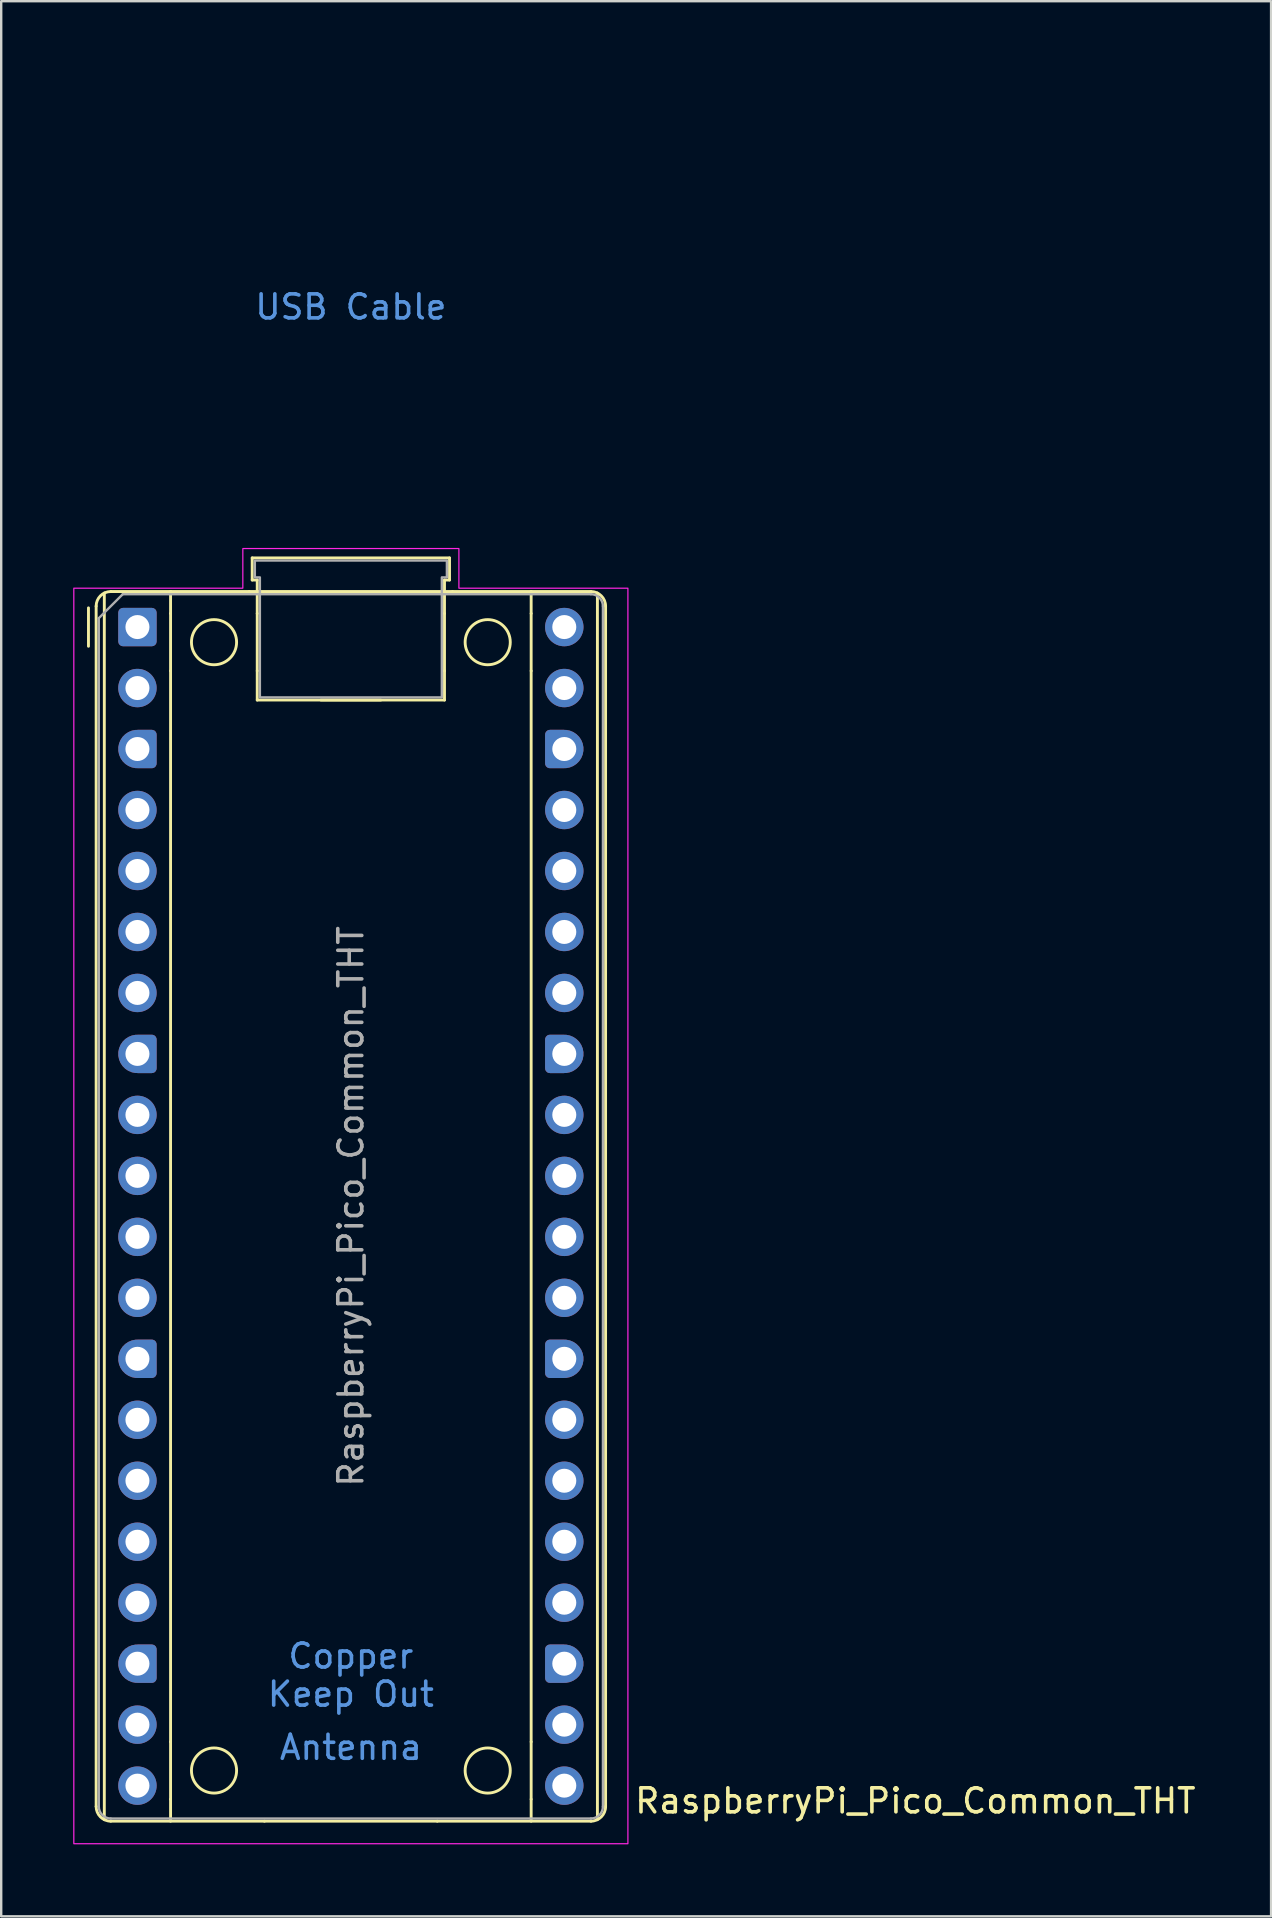
<source format=kicad_pcb>
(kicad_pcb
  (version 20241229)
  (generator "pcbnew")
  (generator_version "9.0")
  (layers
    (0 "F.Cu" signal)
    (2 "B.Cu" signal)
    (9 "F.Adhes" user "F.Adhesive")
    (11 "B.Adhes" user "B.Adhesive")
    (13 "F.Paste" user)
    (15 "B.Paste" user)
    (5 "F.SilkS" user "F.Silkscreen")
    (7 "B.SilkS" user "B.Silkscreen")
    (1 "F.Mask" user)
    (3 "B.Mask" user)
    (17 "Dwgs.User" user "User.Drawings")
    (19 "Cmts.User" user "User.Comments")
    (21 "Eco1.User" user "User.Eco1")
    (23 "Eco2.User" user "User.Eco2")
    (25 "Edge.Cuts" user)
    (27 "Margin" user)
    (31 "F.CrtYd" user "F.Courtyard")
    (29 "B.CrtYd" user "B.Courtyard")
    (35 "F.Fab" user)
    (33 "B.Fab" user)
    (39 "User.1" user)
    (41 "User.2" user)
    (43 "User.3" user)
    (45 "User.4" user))
  (footprint "RaspberryPi_Pico_Common_THT"
    (layer "F.Cu")
    (at 11.565 47.2)
    (property "Reference" "RaspberryPi_Pico_Common_THT" (at 11.748 24.765 0) (unlocked yes) (layer "F.SilkS") (effects (font (size 1 1) (thickness 0.15)) (justify left)))
    (attr through_hole)
    (fp_line (start -10.93 -23.33) (end -10.93 -24.93) (stroke (width 0.12) (type solid)) (layer "F.SilkS"))
    (fp_line (start -10.61 -25) (end -10.61 25) (stroke (width 0.12) (type solid)) (layer "F.SilkS"))
    (fp_line (start -10.27 -25.547) (end -10.27 25.547) (stroke (width 0.12) (type solid)) (layer "F.SilkS"))
    (fp_line (start -10 -25.61) (end -7.51 -25.61) (stroke (width 0.12) (type solid)) (layer "F.SilkS"))
    (fp_line (start -10 25.61) (end -3.6 25.61) (stroke (width 0.12) (type solid)) (layer "F.SilkS"))
    (fp_line (start -7.51 -25.61) (end -7.51 -24.696) (stroke (width 0.12) (type solid)) (layer "F.SilkS"))
    (fp_line (start -7.51 -25.61) (end -4.235 -25.61) (stroke (width 0.12) (type solid)) (layer "F.SilkS"))
    (fp_line (start -7.51 -24.696) (end -7.51 -22.304) (stroke (width 0.12) (type solid)) (layer "F.SilkS"))
    (fp_line (start -7.51 -22.304) (end -7.51 22.304) (stroke (width 0.12) (type solid)) (layer "F.SilkS"))
    (fp_line (start -7.51 22.304) (end -7.51 24.696) (stroke (width 0.12) (type solid)) (layer "F.SilkS"))
    (fp_line (start -7.51 24.696) (end -7.51 25.61) (stroke (width 0.12) (type solid)) (layer "F.SilkS"))
    (fp_line (start -4.235 -25.61) (end 4.235 -25.61) (stroke (width 0.12) (type solid)) (layer "F.SilkS"))
    (fp_line (start -4.11 -27.01) (end -4.11 -26.09) (stroke (width 0.12) (type solid)) (layer "F.SilkS"))
    (fp_line (start -4.11 -27.01) (end 4.11 -27.01) (stroke (width 0.12) (type solid)) (layer "F.SilkS"))
    (fp_line (start -4.11 -26.09) (end -3.9 -26.09) (stroke (width 0.12) (type solid)) (layer "F.SilkS"))
    (fp_line (start -3.9 -26.09) (end -3.9 -24.694) (stroke (width 0.12) (type solid)) (layer "F.SilkS"))
    (fp_line (start -3.9 -24.694) (end -3.9 -22.306) (stroke (width 0.12) (type default)) (layer "F.SilkS"))
    (fp_line (start -3.9 -22.306) (end -3.9 -21.09) (stroke (width 0.12) (type solid)) (layer "F.SilkS"))
    (fp_line (start -1.246 -21.09) (end 1.246 -21.09) (stroke (width 0.12) (type solid)) (layer "F.SilkS"))
    (fp_line (start 3.6 25.61) (end -3.6 25.61) (stroke (width 0.12) (type solid)) (layer "F.SilkS"))
    (fp_line (start 3.6 25.61) (end 10 25.61) (stroke (width 0.12) (type solid)) (layer "F.SilkS"))
    (fp_line (start 3.9 -26.09) (end 3.9 -24.694) (stroke (width 0.12) (type solid)) (layer "F.SilkS"))
    (fp_line (start 3.9 -24.694) (end 3.9 -22.306) (stroke (width 0.12) (type default)) (layer "F.SilkS"))
    (fp_line (start 3.9 -22.306) (end 3.9 -21.09) (stroke (width 0.12) (type solid)) (layer "F.SilkS"))
    (fp_line (start 3.9 -21.09) (end -3.9 -21.09) (stroke (width 0.12) (type solid)) (layer "F.SilkS"))
    (fp_line (start 4.11 -27.01) (end 4.11 -26.09) (stroke (width 0.12) (type solid)) (layer "F.SilkS"))
    (fp_line (start 4.11 -26.09) (end 3.9 -26.09) (stroke (width 0.12) (type solid)) (layer "F.SilkS"))
    (fp_line (start 4.235 -25.61) (end 7.51 -25.61) (stroke (width 0.12) (type solid)) (layer "F.SilkS"))
    (fp_line (start 7.51 -25.61) (end 7.51 -24.696) (stroke (width 0.12) (type solid)) (layer "F.SilkS"))
    (fp_line (start 7.51 -24.696) (end 7.51 -22.304) (stroke (width 0.12) (type solid)) (layer "F.SilkS"))
    (fp_line (start 7.51 -22.304) (end 7.51 22.304) (stroke (width 0.12) (type solid)) (layer "F.SilkS"))
    (fp_line (start 7.51 22.304) (end 7.51 24.696) (stroke (width 0.12) (type solid)) (layer "F.SilkS"))
    (fp_line (start 7.51 24.696) (end 7.51 25.61) (stroke (width 0.12) (type solid)) (layer "F.SilkS"))
    (fp_line (start 10 -25.61) (end 7.51 -25.61) (stroke (width 0.12) (type solid)) (layer "F.SilkS"))
    (fp_line (start 10.27 25.547) (end 10.27 -25.547) (stroke (width 0.12) (type solid)) (layer "F.SilkS"))
    (fp_line (start 10.61 -25) (end 10.61 25) (stroke (width 0.12) (type solid)) (layer "F.SilkS"))
    (fp_arc (start -10.61 -25) (mid -10.431335 -25.431335) (end -10 -25.61) (stroke (width 0.12) (type solid)) (layer "F.SilkS"))
    (fp_arc (start -10 25.61) (mid -10.431335 25.431335) (end -10.61 25) (stroke (width 0.12) (type solid)) (layer "F.SilkS"))
    (fp_arc (start 10 -25.61) (mid 10.431335 -25.431335) (end 10.61 -25) (stroke (width 0.12) (type solid)) (layer "F.SilkS"))
    (fp_arc (start 10.61 25) (mid 10.431335 25.431335) (end 10 25.61) (stroke (width 0.12) (type solid)) (layer "F.SilkS"))
    (fp_circle (center -5.7 -23.5) (end -4.76 -23.5) (stroke (width 0.12) (type solid)) (fill no) (layer "F.SilkS"))
    (fp_circle (center -5.7 23.5) (end -4.76 23.5) (stroke (width 0.12) (type solid)) (fill no) (layer "F.SilkS"))
    (fp_circle (center 5.7 -23.5) (end 6.64 -23.5) (stroke (width 0.12) (type solid)) (fill no) (layer "F.SilkS"))
    (fp_circle (center 5.7 23.5) (end 6.64 23.5) (stroke (width 0.12) (type solid)) (fill no) (layer "F.SilkS"))
    (fp_poly (pts (xy -4.5 -27.4) (xy 4.5 -27.4) (xy 4.5 -25.75) (xy 11.54 -25.75) (xy 11.54 26.55) (xy -11.54 26.55) (xy -11.54 -25.75) (xy -4.5 -25.75)) (stroke (width 0.05) (type solid)) (fill no) (layer "F.CrtYd"))
    (fp_line (start -10.5 -24.5) (end -9.5 -25.5) (stroke (width 0.1) (type solid)) (layer "F.Fab"))
    (fp_line (start -10.5 25) (end -10.5 -24.5) (stroke (width 0.1) (type solid)) (layer "F.Fab"))
    (fp_line (start -9.5 -25.5) (end 10 -25.5) (stroke (width 0.1) (type solid)) (layer "F.Fab"))
    (fp_line (start 10 25.5) (end -10 25.5) (stroke (width 0.1) (type solid)) (layer "F.Fab"))
    (fp_line (start 10.5 -25) (end 10.5 25) (stroke (width 0.1) (type solid)) (layer "F.Fab"))
    (fp_arc (start -10 25.5) (mid -10.353553 25.353553) (end -10.5 25) (stroke (width 0.1) (type solid)) (layer "F.Fab"))
    (fp_arc (start 10 -25.5) (mid 10.353553 -25.353553) (end 10.5 -25) (stroke (width 0.1) (type solid)) (layer "F.Fab"))
    (fp_arc (start 10.5 25) (mid 10.353553 25.353553) (end 10 25.5) (stroke (width 0.1) (type solid)) (layer "F.Fab"))
    (fp_poly (pts (xy 3.79 -21.2) (xy 3.79 -26.2) (xy 4 -26.2) (xy 4 -26.9) (xy -4 -26.9) (xy -4 -26.2) (xy -3.79 -26.2) (xy -3.79 -21.2)) (stroke (width 0.1) (type solid)) (fill no) (layer "F.Fab"))
    (fp_text user "Antenna" (at 0 22.535 0) (unlocked yes) (layer "Cmts.User") (effects (font (size 1 1) (thickness 0.15))))
    (fp_text user "USB Cable" (at 0 -37.465 0) (unlocked yes) (layer "Cmts.User") (effects (font (size 1 1) (thickness 0.15))))
    (fp_text user "Copper" (at 0 18.733 0) (unlocked yes) (layer "Cmts.User") (effects (font (size 1 1) (thickness 0.15))))
    (fp_text user "Keep Out" (at 0 20.32 0) (unlocked yes) (layer "Cmts.User") (effects (font (size 1 1) (thickness 0.15))))
    (fp_text user "${REFERENCE}" (at 0 0 90) (layer "F.Fab") (effects (font (size 1 1) (thickness 0.15))))
    (pad "1" thru_hole roundrect (at -8.89 -24.13) (size 1.6 1.6) (drill 1) (layers "*.Cu" "*.Mask") (roundrect_rratio 0.125))
    (pad "2" thru_hole circle (at -8.89 -21.59) (size 1.6 1.6) (drill 1) (layers "*.Cu" "*.Mask"))
    (pad "3" thru_hole custom (at -8.89 -19.05) (size 1.6 1.6) (drill 1) (layers "*.Cu" "*.Mask") (options (anchor circle)) (primitives (gr_poly (pts (xy 0.8 0.6) (xy 0.8 -0.6) (xy 0.6 -0.8) (xy 0 -0.8) (xy 0 0.8) (xy 0.6 0.8)) (width 0) (fill yes)) (gr_circle (center 0.6 0.6) (end 0.8 0.6) (width 0) (fill yes)) (gr_circle (center 0.6 -0.6) (end 0.8 -0.6) (width 0) (fill yes))))
    (pad "4" thru_hole circle (at -8.89 -16.51) (size 1.6 1.6) (drill 1) (layers "*.Cu" "*.Mask"))
    (pad "5" thru_hole circle (at -8.89 -13.97) (size 1.6 1.6) (drill 1) (layers "*.Cu" "*.Mask"))
    (pad "6" thru_hole circle (at -8.89 -11.43) (size 1.6 1.6) (drill 1) (layers "*.Cu" "*.Mask"))
    (pad "7" thru_hole circle (at -8.89 -8.89) (size 1.6 1.6) (drill 1) (layers "*.Cu" "*.Mask"))
    (pad "8" thru_hole custom (at -8.89 -6.35) (size 1.6 1.6) (drill 1) (layers "*.Cu" "*.Mask") (options (anchor circle)) (primitives (gr_poly (pts (xy 0.8 0.6) (xy 0.8 -0.6) (xy 0.6 -0.8) (xy 0 -0.8) (xy 0 0.8) (xy 0.6 0.8)) (width 0) (fill yes)) (gr_circle (center 0.6 0.6) (end 0.8 0.6) (width 0) (fill yes)) (gr_circle (center 0.6 -0.6) (end 0.8 -0.6) (width 0) (fill yes))))
    (pad "9" thru_hole circle (at -8.89 -3.81) (size 1.6 1.6) (drill 1) (layers "*.Cu" "*.Mask"))
    (pad "10" thru_hole circle (at -8.89 -1.27) (size 1.6 1.6) (drill 1) (layers "*.Cu" "*.Mask"))
    (pad "11" thru_hole circle (at -8.89 1.27) (size 1.6 1.6) (drill 1) (layers "*.Cu" "*.Mask"))
    (pad "12" thru_hole circle (at -8.89 3.81) (size 1.6 1.6) (drill 1) (layers "*.Cu" "*.Mask"))
    (pad "13" thru_hole custom (at -8.89 6.35) (size 1.6 1.6) (drill 1) (layers "*.Cu" "*.Mask") (options (anchor circle)) (primitives (gr_poly (pts (xy 0.8 0.6) (xy 0.8 -0.6) (xy 0.6 -0.8) (xy 0 -0.8) (xy 0 0.8) (xy 0.6 0.8)) (width 0) (fill yes)) (gr_circle (center 0.6 0.6) (end 0.8 0.6) (width 0) (fill yes)) (gr_circle (center 0.6 -0.6) (end 0.8 -0.6) (width 0) (fill yes))))
    (pad "14" thru_hole circle (at -8.89 8.89) (size 1.6 1.6) (drill 1) (layers "*.Cu" "*.Mask"))
    (pad "15" thru_hole circle (at -8.89 11.43) (size 1.6 1.6) (drill 1) (layers "*.Cu" "*.Mask"))
    (pad "16" thru_hole circle (at -8.89 13.97) (size 1.6 1.6) (drill 1) (layers "*.Cu" "*.Mask"))
    (pad "17" thru_hole circle (at -8.89 16.51) (size 1.6 1.6) (drill 1) (layers "*.Cu" "*.Mask"))
    (pad "18" thru_hole custom (at -8.89 19.05) (size 1.6 1.6) (drill 1) (layers "*.Cu" "*.Mask") (options (anchor circle)) (primitives (gr_poly (pts (xy 0.8 0.6) (xy 0.8 -0.6) (xy 0.6 -0.8) (xy 0 -0.8) (xy 0 0.8) (xy 0.6 0.8)) (width 0) (fill yes)) (gr_circle (center 0.6 0.6) (end 0.8 0.6) (width 0) (fill yes)) (gr_circle (center 0.6 -0.6) (end 0.8 -0.6) (width 0) (fill yes))))
    (pad "19" thru_hole circle (at -8.89 21.59) (size 1.6 1.6) (drill 1) (layers "*.Cu" "*.Mask"))
    (pad "20" thru_hole circle (at -8.89 24.13) (size 1.6 1.6) (drill 1) (layers "*.Cu" "*.Mask"))
    (pad "21" thru_hole circle (at 8.89 24.13) (size 1.6 1.6) (drill 1) (layers "*.Cu" "*.Mask"))
    (pad "22" thru_hole circle (at 8.89 21.59) (size 1.6 1.6) (drill 1) (layers "*.Cu" "*.Mask"))
    (pad "23" thru_hole custom (at 8.89 19.05) (size 1.6 1.6) (drill 1) (layers "*.Cu" "*.Mask") (options (anchor circle)) (primitives (gr_poly (pts (xy -0.8 0.6) (xy -0.8 -0.6) (xy -0.6 -0.8) (xy 0 -0.8) (xy 0 0.8) (xy -0.6 0.8)) (width 0) (fill yes)) (gr_circle (center -0.6 0.6) (end -0.4 0.6) (width 0) (fill yes)) (gr_circle (center -0.6 -0.6) (end -0.4 -0.6) (width 0) (fill yes))))
    (pad "24" thru_hole circle (at 8.89 16.51) (size 1.6 1.6) (drill 1) (layers "*.Cu" "*.Mask"))
    (pad "25" thru_hole circle (at 8.89 13.97) (size 1.6 1.6) (drill 1) (layers "*.Cu" "*.Mask"))
    (pad "26" thru_hole circle (at 8.89 11.43) (size 1.6 1.6) (drill 1) (layers "*.Cu" "*.Mask"))
    (pad "27" thru_hole circle (at 8.89 8.89) (size 1.6 1.6) (drill 1) (layers "*.Cu" "*.Mask"))
    (pad "28" thru_hole custom (at 8.89 6.35) (size 1.6 1.6) (drill 1) (layers "*.Cu" "*.Mask") (options (anchor circle)) (primitives (gr_poly (pts (xy -0.8 0.6) (xy -0.8 -0.6) (xy -0.6 -0.8) (xy 0 -0.8) (xy 0 0.8) (xy -0.6 0.8)) (width 0) (fill yes)) (gr_circle (center -0.6 0.6) (end -0.4 0.6) (width 0) (fill yes)) (gr_circle (center -0.6 -0.6) (end -0.4 -0.6) (width 0) (fill yes))))
    (pad "29" thru_hole circle (at 8.89 3.81) (size 1.6 1.6) (drill 1) (layers "*.Cu" "*.Mask"))
    (pad "30" thru_hole circle (at 8.89 1.27) (size 1.6 1.6) (drill 1) (layers "*.Cu" "*.Mask"))
    (pad "31" thru_hole circle (at 8.89 -1.27) (size 1.6 1.6) (drill 1) (layers "*.Cu" "*.Mask"))
    (pad "32" thru_hole circle (at 8.89 -3.81) (size 1.6 1.6) (drill 1) (layers "*.Cu" "*.Mask"))
    (pad "33" thru_hole custom (at 8.89 -6.35) (size 1.6 1.6) (drill 1) (layers "*.Cu" "*.Mask") (options (anchor circle)) (primitives (gr_poly (pts (xy -0.8 0.6) (xy -0.8 -0.6) (xy -0.6 -0.8) (xy 0 -0.8) (xy 0 0.8) (xy -0.6 0.8)) (width 0) (fill yes)) (gr_circle (center -0.6 0.6) (end -0.4 0.6) (width 0) (fill yes)) (gr_circle (center -0.6 -0.6) (end -0.4 -0.6) (width 0) (fill yes))))
    (pad "34" thru_hole circle (at 8.89 -8.89) (size 1.6 1.6) (drill 1) (layers "*.Cu" "*.Mask"))
    (pad "35" thru_hole circle (at 8.89 -11.43) (size 1.6 1.6) (drill 1) (layers "*.Cu" "*.Mask"))
    (pad "36" thru_hole circle (at 8.89 -13.97) (size 1.6 1.6) (drill 1) (layers "*.Cu" "*.Mask"))
    (pad "37" thru_hole circle (at 8.89 -16.51) (size 1.6 1.6) (drill 1) (layers "*.Cu" "*.Mask"))
    (pad "38" thru_hole custom (at 8.89 -19.05) (size 1.6 1.6) (drill 1) (layers "*.Cu" "*.Mask") (options (anchor circle)) (primitives (gr_poly (pts (xy -0.8 0.6) (xy -0.8 -0.6) (xy -0.6 -0.8) (xy 0 -0.8) (xy 0 0.8) (xy -0.6 0.8)) (width 0) (fill yes)) (gr_circle (center -0.6 0.6) (end -0.4 0.6) (width 0) (fill yes)) (gr_circle (center -0.6 -0.6) (end -0.4 -0.6) (width 0) (fill yes))))
    (pad "39" thru_hole circle (at 8.89 -21.59) (size 1.6 1.6) (drill 1) (layers "*.Cu" "*.Mask"))
    (pad "40" thru_hole circle (at 8.89 -24.13) (size 1.6 1.6) (drill 1) (layers "*.Cu" "*.Mask"))
    (zone (net_name "") (layers "F.Cu" "B.Cu" "F.Paste" "B.Paste") (name "Antenna Copper Keep Out") (hatch full 0.5) (connect_pads) (min_thickness 0.254) (filled_areas_thickness no) (keepout (tracks not_allowed) (vias not_allowed) (pads not_allowed) (copperpour not_allowed) (footprints allowed)) (placement (enabled no)) (fill) (polygon (pts (xy 9.165 72.19) (xy 4.465 68.54) (xy 4.465 64.2) (xy 18.665 64.2) (xy 18.665 68.54) (xy 13.965 72.19) (xy 13.965 73.2) (xy 9.165 73.2))))
    (zone (net_name "") (layer "F.CrtYd") (name "USB Cable") (hatch edge 0.5) (connect_pads) (min_thickness 0.254) (filled_areas_thickness no) (keepout (tracks allowed) (vias allowed) (pads allowed) (copperpour allowed) (footprints allowed)) (placement (enabled no)) (fill) (polygon (pts (xy 5.815 19.5) (xy 7.625 19.5) (xy 7.625 19.8) (xy 15.505 19.8) (xy 15.505 19.5) (xy 17.315 19.5) (xy 17.315 0) (xy 5.815 0)))))
  (gr_rect
    (start -3 -3)
    (end 49.896 76.775)
    (stroke (width 0.1) (type default))
    (fill no)
    (layer "Edge.Cuts")))
</source>
